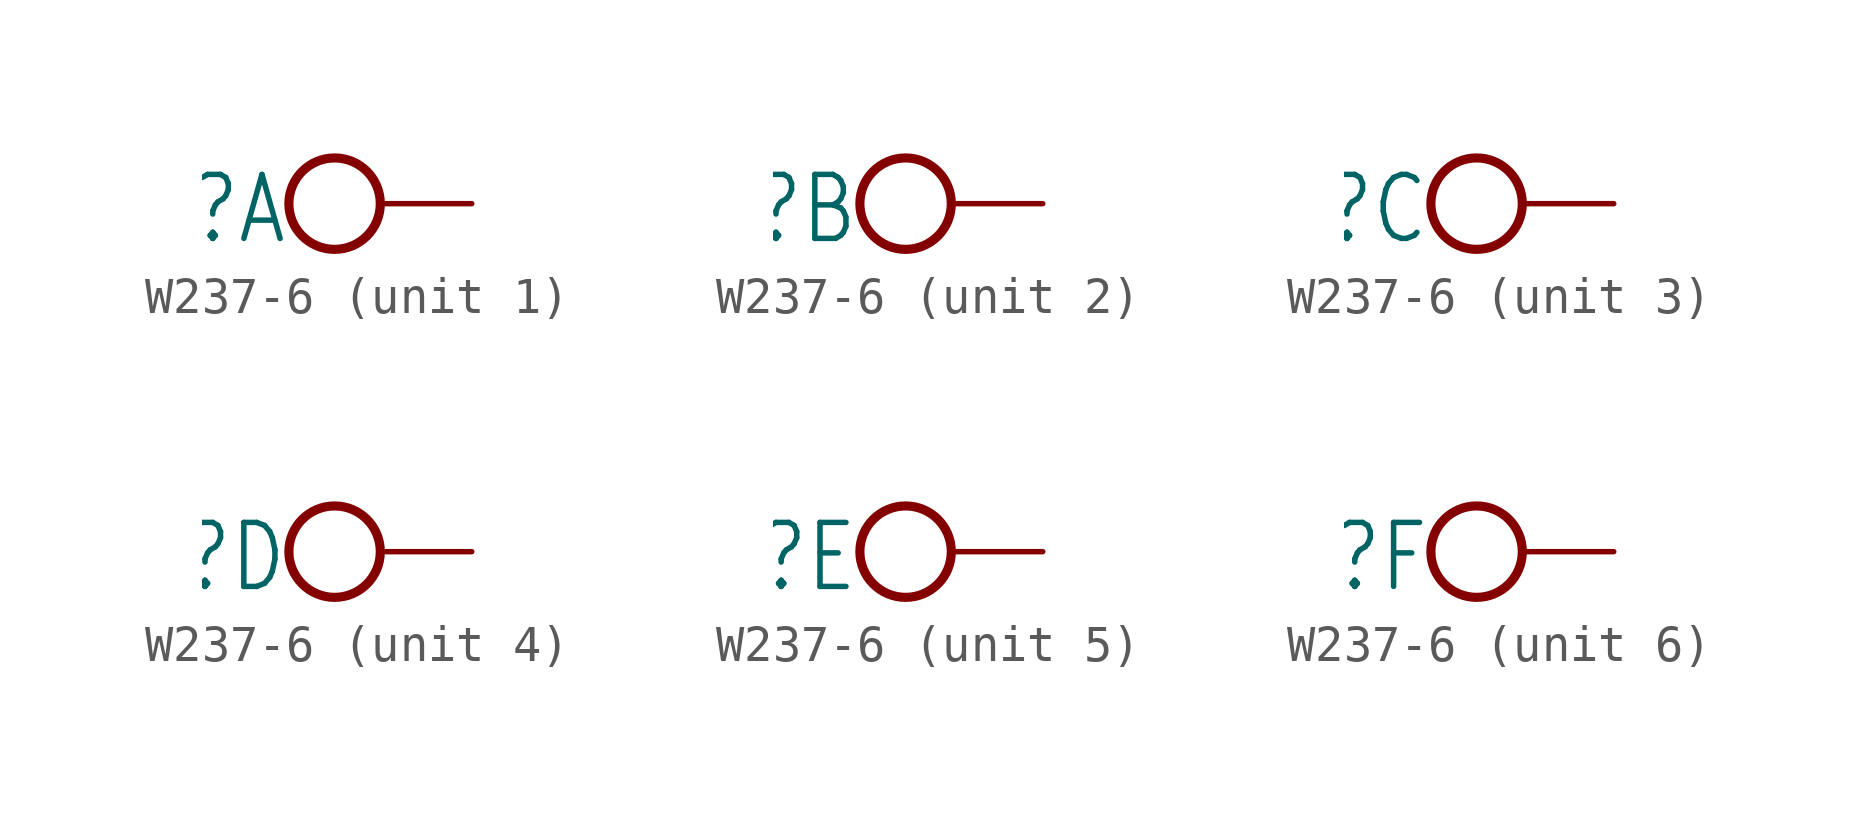
<source format=kicad_sym>
(kicad_symbol_lib
  (version 20220914)
  (generator kicad_symbol_editor)
  (symbol "W237-6"
    (property "Reference" "X"
      (at 0 0.889 0)
      (effects (font (size 1.778 1.511)) (justify right top)))
    (property "ki_locked" ""
      (at 0 0 0)
      (effects (font (size 1.27 1.27))))
    (symbol "W237-6_1_0"
      (circle (center 1.27 0) (radius 1.27) (stroke (width 0.254) (type solid)) (fill (type none)))
      (pin passive line (at 5.08 0 180) (length 2.54) (name "KL" (effects (font (size 0 0)))) (number "1" (effects (font (size 0 0))))))
    (symbol "W237-6_2_0"
      (circle (center 1.27 0) (radius 1.27) (stroke (width 0.254) (type solid)) (fill (type none)))
      (pin passive line (at 5.08 0 180) (length 2.54) (name "KL" (effects (font (size 0 0)))) (number "2" (effects (font (size 0 0))))))
    (symbol "W237-6_3_0"
      (circle (center 1.27 0) (radius 1.27) (stroke (width 0.254) (type solid)) (fill (type none)))
      (pin passive line (at 5.08 0 180) (length 2.54) (name "KL" (effects (font (size 0 0)))) (number "3" (effects (font (size 0 0))))))
    (symbol "W237-6_4_0"
      (circle (center 1.27 0) (radius 1.27) (stroke (width 0.254) (type solid)) (fill (type none)))
      (pin passive line (at 5.08 0 180) (length 2.54) (name "KL" (effects (font (size 0 0)))) (number "4" (effects (font (size 0 0))))))
    (symbol "W237-6_5_0"
      (circle (center 1.27 0) (radius 1.27) (stroke (width 0.254) (type solid)) (fill (type none)))
      (pin passive line (at 5.08 0 180) (length 2.54) (name "KL" (effects (font (size 0 0)))) (number "5" (effects (font (size 0 0))))))
    (symbol "W237-6_6_0"
      (circle (center 1.27 0) (radius 1.27) (stroke (width 0.254) (type solid)) (fill (type none)))
      (pin passive line (at 5.08 0 180) (length 2.54) (name "KL" (effects (font (size 0 0)))) (number "6" (effects (font (size 0 0))))))))
</source>
